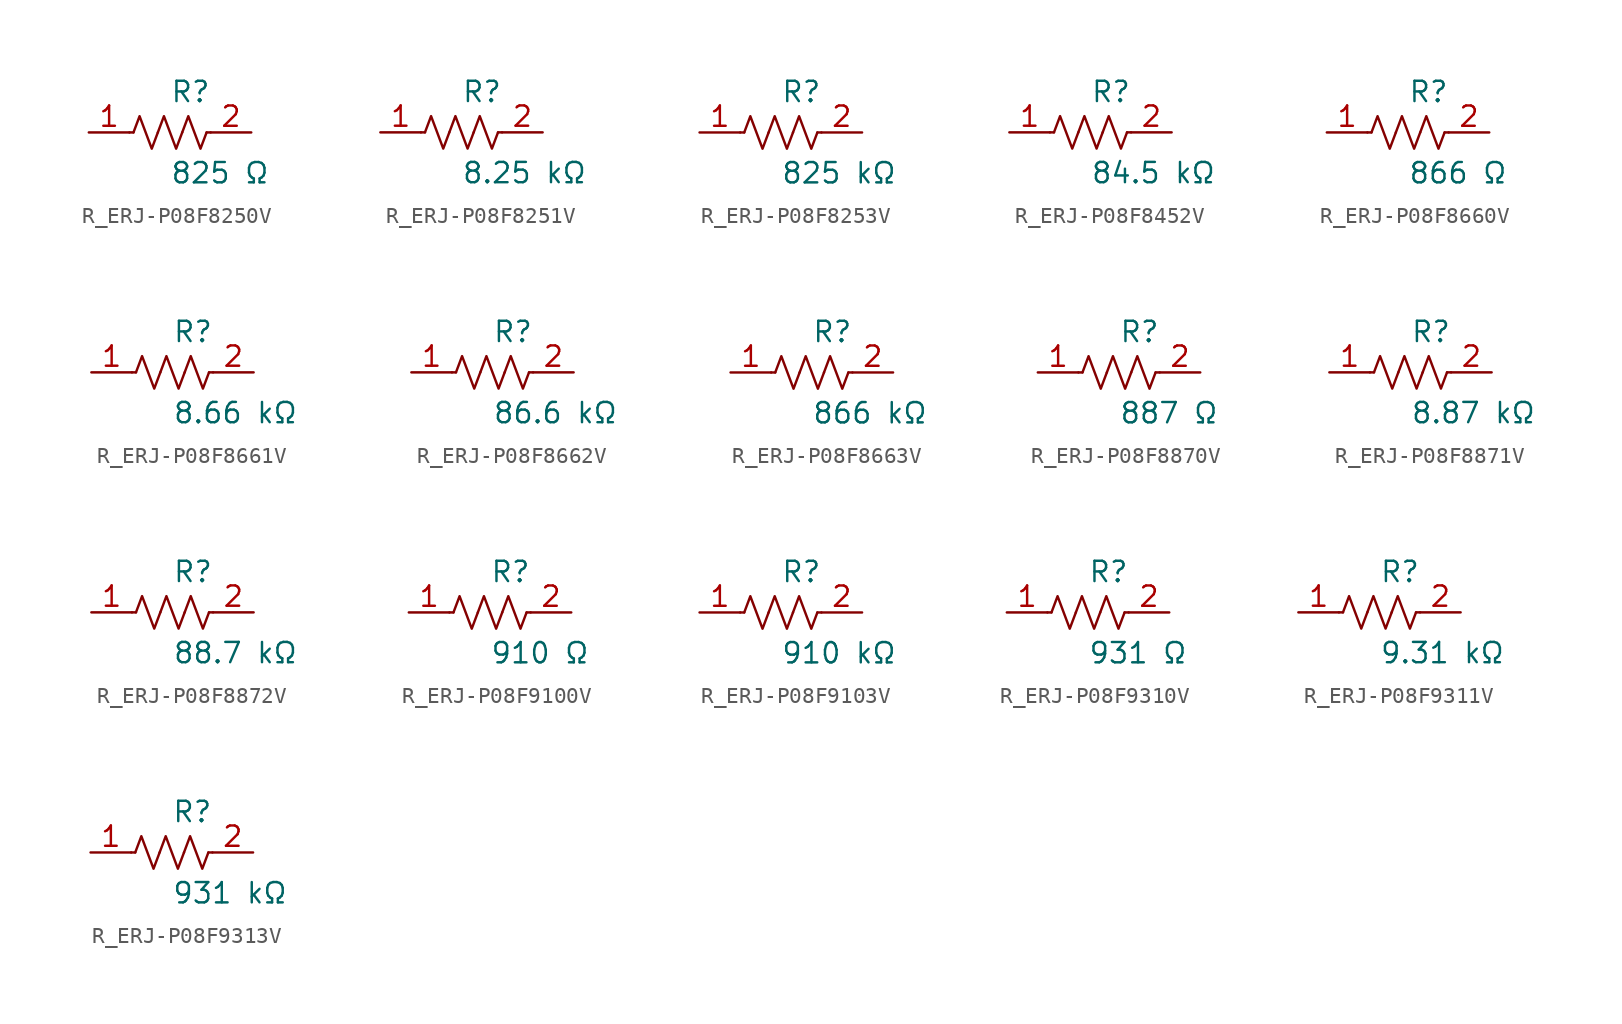
<source format=kicad_sym>
(kicad_symbol_lib
  (version 20231120)
  (generator kicad_symbol_editor)
  (generator_version 8.0)
  (symbol "R_ERJ-P08F8250V"
    (pin_names
      (offset 0.254))
    (property "Reference" "R"
      (at 0.0 2.54 0)
      (effects (font (size 1.27 1.27)) (justify left)))
    (property "Value" "825 Ω"
      (at 0.0 -2.54 0)
      (effects (font (size 1.27 1.27)) (justify left)))
    (symbol "R_ERJ-P08F8250V_0_1"
      (polyline (pts (xy 2.286 0) (xy 2.54 0)) (stroke (width 0) (type default)) (fill (type none)))
      (polyline (pts (xy -2.286 0) (xy -2.54 0)) (stroke (width 0) (type default)) (fill (type none)))
      (polyline (pts (xy 0.762 0) (xy 1.143 1.016) (xy 1.524 0) (xy 1.905 -1.016) (xy 2.286 0)) (stroke (width 0) (type default)) (fill (type none)))
      (polyline (pts (xy -0.762 0) (xy -0.381 1.016) (xy 0 0) (xy 0.381 -1.016) (xy 0.762 0)) (stroke (width 0) (type default)) (fill (type none)))
      (polyline (pts (xy -2.286 0) (xy -1.905 1.016) (xy -1.524 0) (xy -1.143 -1.016) (xy -0.762 0)) (stroke (width 0) (type default)) (fill (type none))))
    (pin unspecified line
      (at -5.08 0 0)
      (length 2.54)
      (name "" (effects (font (size 1.27 1.27))))
      (number "1" (effects (font (size 1.27 1.27)))))
    (pin unspecified line
      (at 5.08 0 180)
      (length 2.54)
      (name "" (effects (font (size 1.27 1.27))))
      (number "2" (effects (font (size 1.27 1.27))))))
  (symbol "R_ERJ-P08F8251V"
    (pin_names
      (offset 0.254))
    (property "Reference" "R"
      (at 0.0 2.54 0)
      (effects (font (size 1.27 1.27)) (justify left)))
    (property "Value" "8.25 kΩ"
      (at 0.0 -2.54 0)
      (effects (font (size 1.27 1.27)) (justify left)))
    (symbol "R_ERJ-P08F8251V_0_1"
      (polyline (pts (xy 2.286 0) (xy 2.54 0)) (stroke (width 0) (type default)) (fill (type none)))
      (polyline (pts (xy -2.286 0) (xy -2.54 0)) (stroke (width 0) (type default)) (fill (type none)))
      (polyline (pts (xy 0.762 0) (xy 1.143 1.016) (xy 1.524 0) (xy 1.905 -1.016) (xy 2.286 0)) (stroke (width 0) (type default)) (fill (type none)))
      (polyline (pts (xy -0.762 0) (xy -0.381 1.016) (xy 0 0) (xy 0.381 -1.016) (xy 0.762 0)) (stroke (width 0) (type default)) (fill (type none)))
      (polyline (pts (xy -2.286 0) (xy -1.905 1.016) (xy -1.524 0) (xy -1.143 -1.016) (xy -0.762 0)) (stroke (width 0) (type default)) (fill (type none))))
    (pin unspecified line
      (at -5.08 0 0)
      (length 2.54)
      (name "" (effects (font (size 1.27 1.27))))
      (number "1" (effects (font (size 1.27 1.27)))))
    (pin unspecified line
      (at 5.08 0 180)
      (length 2.54)
      (name "" (effects (font (size 1.27 1.27))))
      (number "2" (effects (font (size 1.27 1.27))))))
  (symbol "R_ERJ-P08F8253V"
    (pin_names
      (offset 0.254))
    (property "Reference" "R"
      (at 0.0 2.54 0)
      (effects (font (size 1.27 1.27)) (justify left)))
    (property "Value" "825 kΩ"
      (at 0.0 -2.54 0)
      (effects (font (size 1.27 1.27)) (justify left)))
    (symbol "R_ERJ-P08F8253V_0_1"
      (polyline (pts (xy 2.286 0) (xy 2.54 0)) (stroke (width 0) (type default)) (fill (type none)))
      (polyline (pts (xy -2.286 0) (xy -2.54 0)) (stroke (width 0) (type default)) (fill (type none)))
      (polyline (pts (xy 0.762 0) (xy 1.143 1.016) (xy 1.524 0) (xy 1.905 -1.016) (xy 2.286 0)) (stroke (width 0) (type default)) (fill (type none)))
      (polyline (pts (xy -0.762 0) (xy -0.381 1.016) (xy 0 0) (xy 0.381 -1.016) (xy 0.762 0)) (stroke (width 0) (type default)) (fill (type none)))
      (polyline (pts (xy -2.286 0) (xy -1.905 1.016) (xy -1.524 0) (xy -1.143 -1.016) (xy -0.762 0)) (stroke (width 0) (type default)) (fill (type none))))
    (pin unspecified line
      (at -5.08 0 0)
      (length 2.54)
      (name "" (effects (font (size 1.27 1.27))))
      (number "1" (effects (font (size 1.27 1.27)))))
    (pin unspecified line
      (at 5.08 0 180)
      (length 2.54)
      (name "" (effects (font (size 1.27 1.27))))
      (number "2" (effects (font (size 1.27 1.27))))))
  (symbol "R_ERJ-P08F8452V"
    (pin_names
      (offset 0.254))
    (property "Reference" "R"
      (at 0.0 2.54 0)
      (effects (font (size 1.27 1.27)) (justify left)))
    (property "Value" "84.5 kΩ"
      (at 0.0 -2.54 0)
      (effects (font (size 1.27 1.27)) (justify left)))
    (symbol "R_ERJ-P08F8452V_0_1"
      (polyline (pts (xy 2.286 0) (xy 2.54 0)) (stroke (width 0) (type default)) (fill (type none)))
      (polyline (pts (xy -2.286 0) (xy -2.54 0)) (stroke (width 0) (type default)) (fill (type none)))
      (polyline (pts (xy 0.762 0) (xy 1.143 1.016) (xy 1.524 0) (xy 1.905 -1.016) (xy 2.286 0)) (stroke (width 0) (type default)) (fill (type none)))
      (polyline (pts (xy -0.762 0) (xy -0.381 1.016) (xy 0 0) (xy 0.381 -1.016) (xy 0.762 0)) (stroke (width 0) (type default)) (fill (type none)))
      (polyline (pts (xy -2.286 0) (xy -1.905 1.016) (xy -1.524 0) (xy -1.143 -1.016) (xy -0.762 0)) (stroke (width 0) (type default)) (fill (type none))))
    (pin unspecified line
      (at -5.08 0 0)
      (length 2.54)
      (name "" (effects (font (size 1.27 1.27))))
      (number "1" (effects (font (size 1.27 1.27)))))
    (pin unspecified line
      (at 5.08 0 180)
      (length 2.54)
      (name "" (effects (font (size 1.27 1.27))))
      (number "2" (effects (font (size 1.27 1.27))))))
  (symbol "R_ERJ-P08F8660V"
    (pin_names
      (offset 0.254))
    (property "Reference" "R"
      (at 0.0 2.54 0)
      (effects (font (size 1.27 1.27)) (justify left)))
    (property "Value" "866 Ω"
      (at 0.0 -2.54 0)
      (effects (font (size 1.27 1.27)) (justify left)))
    (symbol "R_ERJ-P08F8660V_0_1"
      (polyline (pts (xy 2.286 0) (xy 2.54 0)) (stroke (width 0) (type default)) (fill (type none)))
      (polyline (pts (xy -2.286 0) (xy -2.54 0)) (stroke (width 0) (type default)) (fill (type none)))
      (polyline (pts (xy 0.762 0) (xy 1.143 1.016) (xy 1.524 0) (xy 1.905 -1.016) (xy 2.286 0)) (stroke (width 0) (type default)) (fill (type none)))
      (polyline (pts (xy -0.762 0) (xy -0.381 1.016) (xy 0 0) (xy 0.381 -1.016) (xy 0.762 0)) (stroke (width 0) (type default)) (fill (type none)))
      (polyline (pts (xy -2.286 0) (xy -1.905 1.016) (xy -1.524 0) (xy -1.143 -1.016) (xy -0.762 0)) (stroke (width 0) (type default)) (fill (type none))))
    (pin unspecified line
      (at -5.08 0 0)
      (length 2.54)
      (name "" (effects (font (size 1.27 1.27))))
      (number "1" (effects (font (size 1.27 1.27)))))
    (pin unspecified line
      (at 5.08 0 180)
      (length 2.54)
      (name "" (effects (font (size 1.27 1.27))))
      (number "2" (effects (font (size 1.27 1.27))))))
  (symbol "R_ERJ-P08F8661V"
    (pin_names
      (offset 0.254))
    (property "Reference" "R"
      (at 0.0 2.54 0)
      (effects (font (size 1.27 1.27)) (justify left)))
    (property "Value" "8.66 kΩ"
      (at 0.0 -2.54 0)
      (effects (font (size 1.27 1.27)) (justify left)))
    (symbol "R_ERJ-P08F8661V_0_1"
      (polyline (pts (xy 2.286 0) (xy 2.54 0)) (stroke (width 0) (type default)) (fill (type none)))
      (polyline (pts (xy -2.286 0) (xy -2.54 0)) (stroke (width 0) (type default)) (fill (type none)))
      (polyline (pts (xy 0.762 0) (xy 1.143 1.016) (xy 1.524 0) (xy 1.905 -1.016) (xy 2.286 0)) (stroke (width 0) (type default)) (fill (type none)))
      (polyline (pts (xy -0.762 0) (xy -0.381 1.016) (xy 0 0) (xy 0.381 -1.016) (xy 0.762 0)) (stroke (width 0) (type default)) (fill (type none)))
      (polyline (pts (xy -2.286 0) (xy -1.905 1.016) (xy -1.524 0) (xy -1.143 -1.016) (xy -0.762 0)) (stroke (width 0) (type default)) (fill (type none))))
    (pin unspecified line
      (at -5.08 0 0)
      (length 2.54)
      (name "" (effects (font (size 1.27 1.27))))
      (number "1" (effects (font (size 1.27 1.27)))))
    (pin unspecified line
      (at 5.08 0 180)
      (length 2.54)
      (name "" (effects (font (size 1.27 1.27))))
      (number "2" (effects (font (size 1.27 1.27))))))
  (symbol "R_ERJ-P08F8662V"
    (pin_names
      (offset 0.254))
    (property "Reference" "R"
      (at 0.0 2.54 0)
      (effects (font (size 1.27 1.27)) (justify left)))
    (property "Value" "86.6 kΩ"
      (at 0.0 -2.54 0)
      (effects (font (size 1.27 1.27)) (justify left)))
    (symbol "R_ERJ-P08F8662V_0_1"
      (polyline (pts (xy 2.286 0) (xy 2.54 0)) (stroke (width 0) (type default)) (fill (type none)))
      (polyline (pts (xy -2.286 0) (xy -2.54 0)) (stroke (width 0) (type default)) (fill (type none)))
      (polyline (pts (xy 0.762 0) (xy 1.143 1.016) (xy 1.524 0) (xy 1.905 -1.016) (xy 2.286 0)) (stroke (width 0) (type default)) (fill (type none)))
      (polyline (pts (xy -0.762 0) (xy -0.381 1.016) (xy 0 0) (xy 0.381 -1.016) (xy 0.762 0)) (stroke (width 0) (type default)) (fill (type none)))
      (polyline (pts (xy -2.286 0) (xy -1.905 1.016) (xy -1.524 0) (xy -1.143 -1.016) (xy -0.762 0)) (stroke (width 0) (type default)) (fill (type none))))
    (pin unspecified line
      (at -5.08 0 0)
      (length 2.54)
      (name "" (effects (font (size 1.27 1.27))))
      (number "1" (effects (font (size 1.27 1.27)))))
    (pin unspecified line
      (at 5.08 0 180)
      (length 2.54)
      (name "" (effects (font (size 1.27 1.27))))
      (number "2" (effects (font (size 1.27 1.27))))))
  (symbol "R_ERJ-P08F8663V"
    (pin_names
      (offset 0.254))
    (property "Reference" "R"
      (at 0.0 2.54 0)
      (effects (font (size 1.27 1.27)) (justify left)))
    (property "Value" "866 kΩ"
      (at 0.0 -2.54 0)
      (effects (font (size 1.27 1.27)) (justify left)))
    (symbol "R_ERJ-P08F8663V_0_1"
      (polyline (pts (xy 2.286 0) (xy 2.54 0)) (stroke (width 0) (type default)) (fill (type none)))
      (polyline (pts (xy -2.286 0) (xy -2.54 0)) (stroke (width 0) (type default)) (fill (type none)))
      (polyline (pts (xy 0.762 0) (xy 1.143 1.016) (xy 1.524 0) (xy 1.905 -1.016) (xy 2.286 0)) (stroke (width 0) (type default)) (fill (type none)))
      (polyline (pts (xy -0.762 0) (xy -0.381 1.016) (xy 0 0) (xy 0.381 -1.016) (xy 0.762 0)) (stroke (width 0) (type default)) (fill (type none)))
      (polyline (pts (xy -2.286 0) (xy -1.905 1.016) (xy -1.524 0) (xy -1.143 -1.016) (xy -0.762 0)) (stroke (width 0) (type default)) (fill (type none))))
    (pin unspecified line
      (at -5.08 0 0)
      (length 2.54)
      (name "" (effects (font (size 1.27 1.27))))
      (number "1" (effects (font (size 1.27 1.27)))))
    (pin unspecified line
      (at 5.08 0 180)
      (length 2.54)
      (name "" (effects (font (size 1.27 1.27))))
      (number "2" (effects (font (size 1.27 1.27))))))
  (symbol "R_ERJ-P08F8870V"
    (pin_names
      (offset 0.254))
    (property "Reference" "R"
      (at 0.0 2.54 0)
      (effects (font (size 1.27 1.27)) (justify left)))
    (property "Value" "887 Ω"
      (at 0.0 -2.54 0)
      (effects (font (size 1.27 1.27)) (justify left)))
    (symbol "R_ERJ-P08F8870V_0_1"
      (polyline (pts (xy 2.286 0) (xy 2.54 0)) (stroke (width 0) (type default)) (fill (type none)))
      (polyline (pts (xy -2.286 0) (xy -2.54 0)) (stroke (width 0) (type default)) (fill (type none)))
      (polyline (pts (xy 0.762 0) (xy 1.143 1.016) (xy 1.524 0) (xy 1.905 -1.016) (xy 2.286 0)) (stroke (width 0) (type default)) (fill (type none)))
      (polyline (pts (xy -0.762 0) (xy -0.381 1.016) (xy 0 0) (xy 0.381 -1.016) (xy 0.762 0)) (stroke (width 0) (type default)) (fill (type none)))
      (polyline (pts (xy -2.286 0) (xy -1.905 1.016) (xy -1.524 0) (xy -1.143 -1.016) (xy -0.762 0)) (stroke (width 0) (type default)) (fill (type none))))
    (pin unspecified line
      (at -5.08 0 0)
      (length 2.54)
      (name "" (effects (font (size 1.27 1.27))))
      (number "1" (effects (font (size 1.27 1.27)))))
    (pin unspecified line
      (at 5.08 0 180)
      (length 2.54)
      (name "" (effects (font (size 1.27 1.27))))
      (number "2" (effects (font (size 1.27 1.27))))))
  (symbol "R_ERJ-P08F8871V"
    (pin_names
      (offset 0.254))
    (property "Reference" "R"
      (at 0.0 2.54 0)
      (effects (font (size 1.27 1.27)) (justify left)))
    (property "Value" "8.87 kΩ"
      (at 0.0 -2.54 0)
      (effects (font (size 1.27 1.27)) (justify left)))
    (symbol "R_ERJ-P08F8871V_0_1"
      (polyline (pts (xy 2.286 0) (xy 2.54 0)) (stroke (width 0) (type default)) (fill (type none)))
      (polyline (pts (xy -2.286 0) (xy -2.54 0)) (stroke (width 0) (type default)) (fill (type none)))
      (polyline (pts (xy 0.762 0) (xy 1.143 1.016) (xy 1.524 0) (xy 1.905 -1.016) (xy 2.286 0)) (stroke (width 0) (type default)) (fill (type none)))
      (polyline (pts (xy -0.762 0) (xy -0.381 1.016) (xy 0 0) (xy 0.381 -1.016) (xy 0.762 0)) (stroke (width 0) (type default)) (fill (type none)))
      (polyline (pts (xy -2.286 0) (xy -1.905 1.016) (xy -1.524 0) (xy -1.143 -1.016) (xy -0.762 0)) (stroke (width 0) (type default)) (fill (type none))))
    (pin unspecified line
      (at -5.08 0 0)
      (length 2.54)
      (name "" (effects (font (size 1.27 1.27))))
      (number "1" (effects (font (size 1.27 1.27)))))
    (pin unspecified line
      (at 5.08 0 180)
      (length 2.54)
      (name "" (effects (font (size 1.27 1.27))))
      (number "2" (effects (font (size 1.27 1.27))))))
  (symbol "R_ERJ-P08F8872V"
    (pin_names
      (offset 0.254))
    (property "Reference" "R"
      (at 0.0 2.54 0)
      (effects (font (size 1.27 1.27)) (justify left)))
    (property "Value" "88.7 kΩ"
      (at 0.0 -2.54 0)
      (effects (font (size 1.27 1.27)) (justify left)))
    (symbol "R_ERJ-P08F8872V_0_1"
      (polyline (pts (xy 2.286 0) (xy 2.54 0)) (stroke (width 0) (type default)) (fill (type none)))
      (polyline (pts (xy -2.286 0) (xy -2.54 0)) (stroke (width 0) (type default)) (fill (type none)))
      (polyline (pts (xy 0.762 0) (xy 1.143 1.016) (xy 1.524 0) (xy 1.905 -1.016) (xy 2.286 0)) (stroke (width 0) (type default)) (fill (type none)))
      (polyline (pts (xy -0.762 0) (xy -0.381 1.016) (xy 0 0) (xy 0.381 -1.016) (xy 0.762 0)) (stroke (width 0) (type default)) (fill (type none)))
      (polyline (pts (xy -2.286 0) (xy -1.905 1.016) (xy -1.524 0) (xy -1.143 -1.016) (xy -0.762 0)) (stroke (width 0) (type default)) (fill (type none))))
    (pin unspecified line
      (at -5.08 0 0)
      (length 2.54)
      (name "" (effects (font (size 1.27 1.27))))
      (number "1" (effects (font (size 1.27 1.27)))))
    (pin unspecified line
      (at 5.08 0 180)
      (length 2.54)
      (name "" (effects (font (size 1.27 1.27))))
      (number "2" (effects (font (size 1.27 1.27))))))
  (symbol "R_ERJ-P08F9100V"
    (pin_names
      (offset 0.254))
    (property "Reference" "R"
      (at 0.0 2.54 0)
      (effects (font (size 1.27 1.27)) (justify left)))
    (property "Value" "910 Ω"
      (at 0.0 -2.54 0)
      (effects (font (size 1.27 1.27)) (justify left)))
    (symbol "R_ERJ-P08F9100V_0_1"
      (polyline (pts (xy 2.286 0) (xy 2.54 0)) (stroke (width 0) (type default)) (fill (type none)))
      (polyline (pts (xy -2.286 0) (xy -2.54 0)) (stroke (width 0) (type default)) (fill (type none)))
      (polyline (pts (xy 0.762 0) (xy 1.143 1.016) (xy 1.524 0) (xy 1.905 -1.016) (xy 2.286 0)) (stroke (width 0) (type default)) (fill (type none)))
      (polyline (pts (xy -0.762 0) (xy -0.381 1.016) (xy 0 0) (xy 0.381 -1.016) (xy 0.762 0)) (stroke (width 0) (type default)) (fill (type none)))
      (polyline (pts (xy -2.286 0) (xy -1.905 1.016) (xy -1.524 0) (xy -1.143 -1.016) (xy -0.762 0)) (stroke (width 0) (type default)) (fill (type none))))
    (pin unspecified line
      (at -5.08 0 0)
      (length 2.54)
      (name "" (effects (font (size 1.27 1.27))))
      (number "1" (effects (font (size 1.27 1.27)))))
    (pin unspecified line
      (at 5.08 0 180)
      (length 2.54)
      (name "" (effects (font (size 1.27 1.27))))
      (number "2" (effects (font (size 1.27 1.27))))))
  (symbol "R_ERJ-P08F9103V"
    (pin_names
      (offset 0.254))
    (property "Reference" "R"
      (at 0.0 2.54 0)
      (effects (font (size 1.27 1.27)) (justify left)))
    (property "Value" "910 kΩ"
      (at 0.0 -2.54 0)
      (effects (font (size 1.27 1.27)) (justify left)))
    (symbol "R_ERJ-P08F9103V_0_1"
      (polyline (pts (xy 2.286 0) (xy 2.54 0)) (stroke (width 0) (type default)) (fill (type none)))
      (polyline (pts (xy -2.286 0) (xy -2.54 0)) (stroke (width 0) (type default)) (fill (type none)))
      (polyline (pts (xy 0.762 0) (xy 1.143 1.016) (xy 1.524 0) (xy 1.905 -1.016) (xy 2.286 0)) (stroke (width 0) (type default)) (fill (type none)))
      (polyline (pts (xy -0.762 0) (xy -0.381 1.016) (xy 0 0) (xy 0.381 -1.016) (xy 0.762 0)) (stroke (width 0) (type default)) (fill (type none)))
      (polyline (pts (xy -2.286 0) (xy -1.905 1.016) (xy -1.524 0) (xy -1.143 -1.016) (xy -0.762 0)) (stroke (width 0) (type default)) (fill (type none))))
    (pin unspecified line
      (at -5.08 0 0)
      (length 2.54)
      (name "" (effects (font (size 1.27 1.27))))
      (number "1" (effects (font (size 1.27 1.27)))))
    (pin unspecified line
      (at 5.08 0 180)
      (length 2.54)
      (name "" (effects (font (size 1.27 1.27))))
      (number "2" (effects (font (size 1.27 1.27))))))
  (symbol "R_ERJ-P08F9310V"
    (pin_names
      (offset 0.254))
    (property "Reference" "R"
      (at 0.0 2.54 0)
      (effects (font (size 1.27 1.27)) (justify left)))
    (property "Value" "931 Ω"
      (at 0.0 -2.54 0)
      (effects (font (size 1.27 1.27)) (justify left)))
    (symbol "R_ERJ-P08F9310V_0_1"
      (polyline (pts (xy 2.286 0) (xy 2.54 0)) (stroke (width 0) (type default)) (fill (type none)))
      (polyline (pts (xy -2.286 0) (xy -2.54 0)) (stroke (width 0) (type default)) (fill (type none)))
      (polyline (pts (xy 0.762 0) (xy 1.143 1.016) (xy 1.524 0) (xy 1.905 -1.016) (xy 2.286 0)) (stroke (width 0) (type default)) (fill (type none)))
      (polyline (pts (xy -0.762 0) (xy -0.381 1.016) (xy 0 0) (xy 0.381 -1.016) (xy 0.762 0)) (stroke (width 0) (type default)) (fill (type none)))
      (polyline (pts (xy -2.286 0) (xy -1.905 1.016) (xy -1.524 0) (xy -1.143 -1.016) (xy -0.762 0)) (stroke (width 0) (type default)) (fill (type none))))
    (pin unspecified line
      (at -5.08 0 0)
      (length 2.54)
      (name "" (effects (font (size 1.27 1.27))))
      (number "1" (effects (font (size 1.27 1.27)))))
    (pin unspecified line
      (at 5.08 0 180)
      (length 2.54)
      (name "" (effects (font (size 1.27 1.27))))
      (number "2" (effects (font (size 1.27 1.27))))))
  (symbol "R_ERJ-P08F9311V"
    (pin_names
      (offset 0.254))
    (property "Reference" "R"
      (at 0.0 2.54 0)
      (effects (font (size 1.27 1.27)) (justify left)))
    (property "Value" "9.31 kΩ"
      (at 0.0 -2.54 0)
      (effects (font (size 1.27 1.27)) (justify left)))
    (symbol "R_ERJ-P08F9311V_0_1"
      (polyline (pts (xy 2.286 0) (xy 2.54 0)) (stroke (width 0) (type default)) (fill (type none)))
      (polyline (pts (xy -2.286 0) (xy -2.54 0)) (stroke (width 0) (type default)) (fill (type none)))
      (polyline (pts (xy 0.762 0) (xy 1.143 1.016) (xy 1.524 0) (xy 1.905 -1.016) (xy 2.286 0)) (stroke (width 0) (type default)) (fill (type none)))
      (polyline (pts (xy -0.762 0) (xy -0.381 1.016) (xy 0 0) (xy 0.381 -1.016) (xy 0.762 0)) (stroke (width 0) (type default)) (fill (type none)))
      (polyline (pts (xy -2.286 0) (xy -1.905 1.016) (xy -1.524 0) (xy -1.143 -1.016) (xy -0.762 0)) (stroke (width 0) (type default)) (fill (type none))))
    (pin unspecified line
      (at -5.08 0 0)
      (length 2.54)
      (name "" (effects (font (size 1.27 1.27))))
      (number "1" (effects (font (size 1.27 1.27)))))
    (pin unspecified line
      (at 5.08 0 180)
      (length 2.54)
      (name "" (effects (font (size 1.27 1.27))))
      (number "2" (effects (font (size 1.27 1.27))))))
  (symbol "R_ERJ-P08F9313V"
    (pin_names
      (offset 0.254))
    (property "Reference" "R"
      (at 0.0 2.54 0)
      (effects (font (size 1.27 1.27)) (justify left)))
    (property "Value" "931 kΩ"
      (at 0.0 -2.54 0)
      (effects (font (size 1.27 1.27)) (justify left)))
    (symbol "R_ERJ-P08F9313V_0_1"
      (polyline (pts (xy 2.286 0) (xy 2.54 0)) (stroke (width 0) (type default)) (fill (type none)))
      (polyline (pts (xy -2.286 0) (xy -2.54 0)) (stroke (width 0) (type default)) (fill (type none)))
      (polyline (pts (xy 0.762 0) (xy 1.143 1.016) (xy 1.524 0) (xy 1.905 -1.016) (xy 2.286 0)) (stroke (width 0) (type default)) (fill (type none)))
      (polyline (pts (xy -0.762 0) (xy -0.381 1.016) (xy 0 0) (xy 0.381 -1.016) (xy 0.762 0)) (stroke (width 0) (type default)) (fill (type none)))
      (polyline (pts (xy -2.286 0) (xy -1.905 1.016) (xy -1.524 0) (xy -1.143 -1.016) (xy -0.762 0)) (stroke (width 0) (type default)) (fill (type none))))
    (pin unspecified line
      (at -5.08 0 0)
      (length 2.54)
      (name "" (effects (font (size 1.27 1.27))))
      (number "1" (effects (font (size 1.27 1.27)))))
    (pin unspecified line
      (at 5.08 0 180)
      (length 2.54)
      (name "" (effects (font (size 1.27 1.27))))
      (number "2" (effects (font (size 1.27 1.27)))))))
</source>
